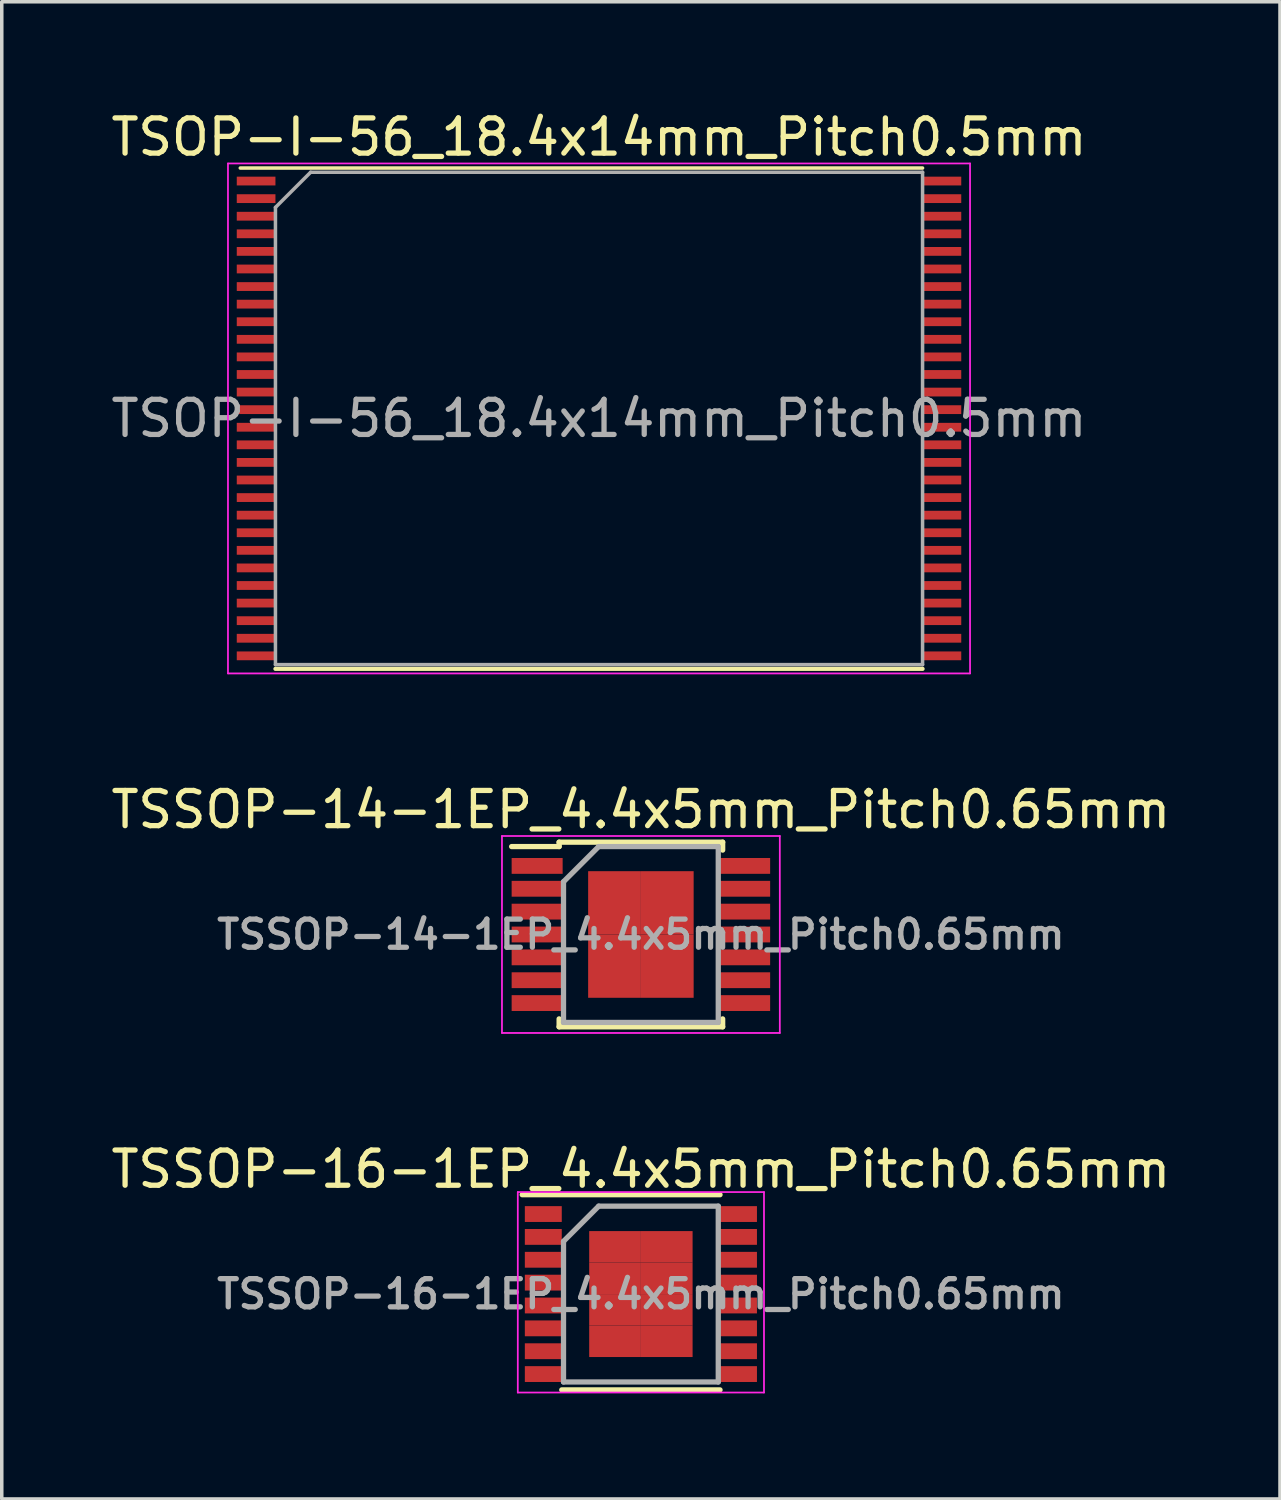
<source format=kicad_pcb>
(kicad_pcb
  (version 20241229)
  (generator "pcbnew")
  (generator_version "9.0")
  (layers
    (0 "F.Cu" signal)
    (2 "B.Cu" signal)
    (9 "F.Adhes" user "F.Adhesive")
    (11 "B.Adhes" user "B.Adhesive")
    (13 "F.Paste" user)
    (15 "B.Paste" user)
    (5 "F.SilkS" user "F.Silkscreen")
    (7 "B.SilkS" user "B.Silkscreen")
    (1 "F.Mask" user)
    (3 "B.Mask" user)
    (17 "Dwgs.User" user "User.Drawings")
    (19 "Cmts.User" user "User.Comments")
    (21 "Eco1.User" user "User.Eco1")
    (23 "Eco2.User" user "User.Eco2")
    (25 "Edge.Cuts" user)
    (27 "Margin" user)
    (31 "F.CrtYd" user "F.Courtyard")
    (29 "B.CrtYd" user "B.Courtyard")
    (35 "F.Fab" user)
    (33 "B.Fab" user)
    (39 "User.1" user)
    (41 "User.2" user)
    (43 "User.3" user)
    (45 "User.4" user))
  (footprint "TSSOP-14-1EP_4.4x5mm_Pitch0.65mm"
    (layer "F.Cu")
    (at 15.173 23.521)
    (property "Reference" "TSSOP-14-1EP_4.4x5mm_Pitch0.65mm" (at 0 -3.55 0) (layer "F.SilkS") (effects (font (size 1 1) (thickness 0.15))))
    (attr smd)
    (fp_line (start -2.325 -2.625) (end -2.325 -2.5) (stroke (width 0.15) (type solid)) (layer "F.SilkS"))
    (fp_line (start -2.325 -2.625) (end 2.325 -2.625) (stroke (width 0.15) (type solid)) (layer "F.SilkS"))
    (fp_line (start -2.325 -2.5) (end -3.675 -2.5) (stroke (width 0.15) (type solid)) (layer "F.SilkS"))
    (fp_line (start -2.325 2.625) (end -2.325 2.4) (stroke (width 0.15) (type solid)) (layer "F.SilkS"))
    (fp_line (start -2.325 2.625) (end 2.325 2.625) (stroke (width 0.15) (type solid)) (layer "F.SilkS"))
    (fp_line (start 2.325 -2.625) (end 2.325 -2.4) (stroke (width 0.15) (type solid)) (layer "F.SilkS"))
    (fp_line (start 2.325 2.625) (end 2.325 2.4) (stroke (width 0.15) (type solid)) (layer "F.SilkS"))
    (fp_line (start -3.95 -2.8) (end -3.95 2.8) (stroke (width 0.05) (type solid)) (layer "F.CrtYd"))
    (fp_line (start -3.95 -2.8) (end 3.95 -2.8) (stroke (width 0.05) (type solid)) (layer "F.CrtYd"))
    (fp_line (start -3.95 2.8) (end 3.95 2.8) (stroke (width 0.05) (type solid)) (layer "F.CrtYd"))
    (fp_line (start 3.95 -2.8) (end 3.95 2.8) (stroke (width 0.05) (type solid)) (layer "F.CrtYd"))
    (fp_line (start -2.2 -1.5) (end -1.2 -2.5) (stroke (width 0.15) (type solid)) (layer "F.Fab"))
    (fp_line (start -2.2 2.5) (end -2.2 -1.5) (stroke (width 0.15) (type solid)) (layer "F.Fab"))
    (fp_line (start -1.2 -2.5) (end 2.2 -2.5) (stroke (width 0.15) (type solid)) (layer "F.Fab"))
    (fp_line (start 2.2 -2.5) (end 2.2 2.5) (stroke (width 0.15) (type solid)) (layer "F.Fab"))
    (fp_line (start 2.2 2.5) (end -2.2 2.5) (stroke (width 0.15) (type solid)) (layer "F.Fab"))
    (fp_text user "${REFERENCE}" (at 0 0 0) (layer "F.Fab") (effects (font (size 0.8 0.8) (thickness 0.15))))
    (pad "1" smd rect (at -2.95 -1.95) (size 1.45 0.45) (layers "F.Cu" "F.Mask" "F.Paste"))
    (pad "2" smd rect (at -2.95 -1.3) (size 1.45 0.45) (layers "F.Cu" "F.Mask" "F.Paste"))
    (pad "3" smd rect (at -2.95 -0.65) (size 1.45 0.45) (layers "F.Cu" "F.Mask" "F.Paste"))
    (pad "4" smd rect (at -2.95 0) (size 1.45 0.45) (layers "F.Cu" "F.Mask" "F.Paste"))
    (pad "5" smd rect (at -2.95 0.65) (size 1.45 0.45) (layers "F.Cu" "F.Mask" "F.Paste"))
    (pad "6" smd rect (at -2.95 1.3) (size 1.45 0.45) (layers "F.Cu" "F.Mask" "F.Paste"))
    (pad "7" smd rect (at -2.95 1.95) (size 1.45 0.45) (layers "F.Cu" "F.Mask" "F.Paste"))
    (pad "8" smd rect (at 2.95 1.95) (size 1.45 0.45) (layers "F.Cu" "F.Mask" "F.Paste"))
    (pad "9" smd rect (at 2.95 1.3) (size 1.45 0.45) (layers "F.Cu" "F.Mask" "F.Paste"))
    (pad "10" smd rect (at 2.95 0.65) (size 1.45 0.45) (layers "F.Cu" "F.Mask" "F.Paste"))
    (pad "11" smd rect (at 2.95 0) (size 1.45 0.45) (layers "F.Cu" "F.Mask" "F.Paste"))
    (pad "12" smd rect (at 2.95 -0.65) (size 1.45 0.45) (layers "F.Cu" "F.Mask" "F.Paste"))
    (pad "13" smd rect (at 2.95 -1.3) (size 1.45 0.45) (layers "F.Cu" "F.Mask" "F.Paste"))
    (pad "14" smd rect (at 2.95 -1.95) (size 1.45 0.45) (layers "F.Cu" "F.Mask" "F.Paste"))
    (pad "15" smd rect (at -0.75 -0.9) (size 1.5 1.8) (layers "F.Cu" "F.Mask" "F.Paste"))
    (pad "15" smd rect (at -0.75 0.9) (size 1.5 1.8) (layers "F.Cu" "F.Mask" "F.Paste"))
    (pad "15" smd rect (at 0.75 -0.9) (size 1.5 1.8) (layers "F.Cu" "F.Mask" "F.Paste"))
    (pad "15" smd rect (at 0.75 0.9) (size 1.5 1.8) (layers "F.Cu" "F.Mask" "F.Paste")))
  (footprint "TSOP-I-56_18.4x14mm_Pitch0.5mm"
    (layer "F.Cu")
    (at 13.982 8.848)
    (property "Reference" "TSOP-I-56_18.4x14mm_Pitch0.5mm" (at 0 -8 0) (layer "F.SilkS") (effects (font (size 1 1) (thickness 0.15))))
    (attr smd)
    (fp_line (start -9.2 7.12) (end 9.2 7.12) (stroke (width 0.12) (type solid)) (layer "F.SilkS"))
    (fp_line (start 9.2 -7.12) (end -10.2 -7.12) (stroke (width 0.1) (type solid)) (layer "F.SilkS"))
    (fp_line (start -10.55 -7.25) (end 10.55 -7.25) (stroke (width 0.05) (type solid)) (layer "F.CrtYd"))
    (fp_line (start -10.55 7.25) (end -10.55 -7.25) (stroke (width 0.05) (type solid)) (layer "F.CrtYd"))
    (fp_line (start 10.55 -7.25) (end 10.55 7.25) (stroke (width 0.05) (type solid)) (layer "F.CrtYd"))
    (fp_line (start 10.55 7.25) (end -10.55 7.25) (stroke (width 0.05) (type solid)) (layer "F.CrtYd"))
    (fp_line (start -9.2 7) (end -9.2 -6) (stroke (width 0.1) (type solid)) (layer "F.Fab"))
    (fp_line (start -8.2 -7) (end -9.2 -6) (stroke (width 0.1) (type solid)) (layer "F.Fab"))
    (fp_line (start -8.2 -7) (end 9.2 -7) (stroke (width 0.1) (type solid)) (layer "F.Fab"))
    (fp_line (start 9.2 -7) (end 9.2 7) (stroke (width 0.1) (type solid)) (layer "F.Fab"))
    (fp_line (start 9.2 7) (end -9.2 7) (stroke (width 0.1) (type solid)) (layer "F.Fab"))
    (fp_text user "${REFERENCE}" (at 0 0 0) (layer "F.Fab") (effects (font (size 1 1) (thickness 0.15))))
    (pad "1" smd rect (at -9.75 -6.75) (size 1.1 0.25) (layers "F.Cu" "F.Mask" "F.Paste"))
    (pad "2" smd rect (at -9.75 -6.25) (size 1.1 0.25) (layers "F.Cu" "F.Mask" "F.Paste"))
    (pad "3" smd rect (at -9.75 -5.75) (size 1.1 0.25) (layers "F.Cu" "F.Mask" "F.Paste"))
    (pad "4" smd rect (at -9.75 -5.25) (size 1.1 0.25) (layers "F.Cu" "F.Mask" "F.Paste"))
    (pad "5" smd rect (at -9.75 -4.75) (size 1.1 0.25) (layers "F.Cu" "F.Mask" "F.Paste"))
    (pad "6" smd rect (at -9.75 -4.25) (size 1.1 0.25) (layers "F.Cu" "F.Mask" "F.Paste"))
    (pad "7" smd rect (at -9.75 -3.75) (size 1.1 0.25) (layers "F.Cu" "F.Mask" "F.Paste"))
    (pad "8" smd rect (at -9.75 -3.25) (size 1.1 0.25) (layers "F.Cu" "F.Mask" "F.Paste"))
    (pad "9" smd rect (at -9.75 -2.75) (size 1.1 0.25) (layers "F.Cu" "F.Mask" "F.Paste"))
    (pad "10" smd rect (at -9.75 -2.25) (size 1.1 0.25) (layers "F.Cu" "F.Mask" "F.Paste"))
    (pad "11" smd rect (at -9.75 -1.75) (size 1.1 0.25) (layers "F.Cu" "F.Mask" "F.Paste"))
    (pad "12" smd rect (at -9.75 -1.25) (size 1.1 0.25) (layers "F.Cu" "F.Mask" "F.Paste"))
    (pad "13" smd rect (at -9.75 -0.75) (size 1.1 0.25) (layers "F.Cu" "F.Mask" "F.Paste"))
    (pad "14" smd rect (at -9.75 -0.25) (size 1.1 0.25) (layers "F.Cu" "F.Mask" "F.Paste"))
    (pad "15" smd rect (at -9.75 0.25) (size 1.1 0.25) (layers "F.Cu" "F.Mask" "F.Paste"))
    (pad "16" smd rect (at -9.75 0.75) (size 1.1 0.25) (layers "F.Cu" "F.Mask" "F.Paste"))
    (pad "17" smd rect (at -9.75 1.25) (size 1.1 0.25) (layers "F.Cu" "F.Mask" "F.Paste"))
    (pad "18" smd rect (at -9.75 1.75) (size 1.1 0.25) (layers "F.Cu" "F.Mask" "F.Paste"))
    (pad "19" smd rect (at -9.75 2.25) (size 1.1 0.25) (layers "F.Cu" "F.Mask" "F.Paste"))
    (pad "20" smd rect (at -9.75 2.75) (size 1.1 0.25) (layers "F.Cu" "F.Mask" "F.Paste"))
    (pad "21" smd rect (at -9.75 3.25) (size 1.1 0.25) (layers "F.Cu" "F.Mask" "F.Paste"))
    (pad "22" smd rect (at -9.75 3.75) (size 1.1 0.25) (layers "F.Cu" "F.Mask" "F.Paste"))
    (pad "23" smd rect (at -9.75 4.25) (size 1.1 0.25) (layers "F.Cu" "F.Mask" "F.Paste"))
    (pad "24" smd rect (at -9.75 4.75) (size 1.1 0.25) (layers "F.Cu" "F.Mask" "F.Paste"))
    (pad "25" smd rect (at -9.75 5.25) (size 1.1 0.25) (layers "F.Cu" "F.Mask" "F.Paste"))
    (pad "26" smd rect (at -9.75 5.75) (size 1.1 0.25) (layers "F.Cu" "F.Mask" "F.Paste"))
    (pad "27" smd rect (at -9.75 6.25) (size 1.1 0.25) (layers "F.Cu" "F.Mask" "F.Paste"))
    (pad "28" smd rect (at -9.75 6.75) (size 1.1 0.25) (layers "F.Cu" "F.Mask" "F.Paste"))
    (pad "29" smd rect (at 9.75 6.75) (size 1.1 0.25) (layers "F.Cu" "F.Mask" "F.Paste"))
    (pad "30" smd rect (at 9.75 6.25) (size 1.1 0.25) (layers "F.Cu" "F.Mask" "F.Paste"))
    (pad "31" smd rect (at 9.75 5.75) (size 1.1 0.25) (layers "F.Cu" "F.Mask" "F.Paste"))
    (pad "32" smd rect (at 9.75 5.25) (size 1.1 0.25) (layers "F.Cu" "F.Mask" "F.Paste"))
    (pad "33" smd rect (at 9.75 4.75) (size 1.1 0.25) (layers "F.Cu" "F.Mask" "F.Paste"))
    (pad "34" smd rect (at 9.75 4.25) (size 1.1 0.25) (layers "F.Cu" "F.Mask" "F.Paste"))
    (pad "35" smd rect (at 9.75 3.75) (size 1.1 0.25) (layers "F.Cu" "F.Mask" "F.Paste"))
    (pad "36" smd rect (at 9.75 3.25) (size 1.1 0.25) (layers "F.Cu" "F.Mask" "F.Paste"))
    (pad "37" smd rect (at 9.75 2.75) (size 1.1 0.25) (layers "F.Cu" "F.Mask" "F.Paste"))
    (pad "38" smd rect (at 9.75 2.25) (size 1.1 0.25) (layers "F.Cu" "F.Mask" "F.Paste"))
    (pad "39" smd rect (at 9.75 1.75) (size 1.1 0.25) (layers "F.Cu" "F.Mask" "F.Paste"))
    (pad "40" smd rect (at 9.75 1.25) (size 1.1 0.25) (layers "F.Cu" "F.Mask" "F.Paste"))
    (pad "41" smd rect (at 9.75 0.75) (size 1.1 0.25) (layers "F.Cu" "F.Mask" "F.Paste"))
    (pad "42" smd rect (at 9.75 0.25) (size 1.1 0.25) (layers "F.Cu" "F.Mask" "F.Paste"))
    (pad "43" smd rect (at 9.75 -0.25) (size 1.1 0.25) (layers "F.Cu" "F.Mask" "F.Paste"))
    (pad "44" smd rect (at 9.75 -0.75) (size 1.1 0.25) (layers "F.Cu" "F.Mask" "F.Paste"))
    (pad "45" smd rect (at 9.75 -1.25) (size 1.1 0.25) (layers "F.Cu" "F.Mask" "F.Paste"))
    (pad "46" smd rect (at 9.75 -1.75) (size 1.1 0.25) (layers "F.Cu" "F.Mask" "F.Paste"))
    (pad "47" smd rect (at 9.75 -2.25) (size 1.1 0.25) (layers "F.Cu" "F.Mask" "F.Paste"))
    (pad "48" smd rect (at 9.75 -2.75) (size 1.1 0.25) (layers "F.Cu" "F.Mask" "F.Paste"))
    (pad "49" smd rect (at 9.75 -3.25) (size 1.1 0.25) (layers "F.Cu" "F.Mask" "F.Paste"))
    (pad "50" smd rect (at 9.75 -3.75) (size 1.1 0.25) (layers "F.Cu" "F.Mask" "F.Paste"))
    (pad "51" smd rect (at 9.75 -4.25) (size 1.1 0.25) (layers "F.Cu" "F.Mask" "F.Paste"))
    (pad "52" smd rect (at 9.75 -4.75) (size 1.1 0.25) (layers "F.Cu" "F.Mask" "F.Paste"))
    (pad "53" smd rect (at 9.75 -5.25) (size 1.1 0.25) (layers "F.Cu" "F.Mask" "F.Paste"))
    (pad "54" smd rect (at 9.75 -5.75) (size 1.1 0.25) (layers "F.Cu" "F.Mask" "F.Paste"))
    (pad "55" smd rect (at 9.75 -6.25) (size 1.1 0.25) (layers "F.Cu" "F.Mask" "F.Paste"))
    (pad "56" smd rect (at 9.75 -6.75) (size 1.1 0.25) (layers "F.Cu" "F.Mask" "F.Paste")))
  (footprint "TSSOP-16-1EP_4.4x5mm_Pitch0.65mm"
    (layer "F.Cu")
    (at 15.173 33.745)
    (property "Reference" "TSSOP-16-1EP_4.4x5mm_Pitch0.65mm" (at 0 -3.55 0) (layer "F.SilkS") (effects (font (size 1 1) (thickness 0.15))))
    (attr smd)
    (fp_line (start -3.375 -2.825) (end 2.25 -2.825) (stroke (width 0.15) (type solid)) (layer "F.SilkS"))
    (fp_line (start -2.25 2.725) (end 2.25 2.725) (stroke (width 0.15) (type solid)) (layer "F.SilkS"))
    (fp_line (start -3.5 -2.9) (end -3.5 2.8) (stroke (width 0.05) (type solid)) (layer "F.CrtYd"))
    (fp_line (start -3.5 -2.9) (end 3.5 -2.9) (stroke (width 0.05) (type solid)) (layer "F.CrtYd"))
    (fp_line (start -3.5 2.8) (end 3.5 2.8) (stroke (width 0.05) (type solid)) (layer "F.CrtYd"))
    (fp_line (start 3.5 -2.9) (end 3.5 2.8) (stroke (width 0.05) (type solid)) (layer "F.CrtYd"))
    (fp_line (start -2.2 -1.5) (end -1.2 -2.5) (stroke (width 0.15) (type solid)) (layer "F.Fab"))
    (fp_line (start -2.2 2.5) (end -2.2 -1.5) (stroke (width 0.15) (type solid)) (layer "F.Fab"))
    (fp_line (start -1.2 -2.5) (end 2.2 -2.5) (stroke (width 0.15) (type solid)) (layer "F.Fab"))
    (fp_line (start 2.2 -2.5) (end 2.2 2.5) (stroke (width 0.15) (type solid)) (layer "F.Fab"))
    (fp_line (start 2.2 2.5) (end -2.2 2.5) (stroke (width 0.15) (type solid)) (layer "F.Fab"))
    (fp_text user "${REFERENCE}" (at 0 0 0) (layer "F.Fab") (effects (font (size 0.8 0.8) (thickness 0.15))))
    (pad "1" smd rect (at -2.775 -2.275) (size 1.05 0.45) (layers "F.Cu" "F.Mask" "F.Paste"))
    (pad "2" smd rect (at -2.775 -1.625) (size 1.05 0.45) (layers "F.Cu" "F.Mask" "F.Paste"))
    (pad "3" smd rect (at -2.775 -0.975) (size 1.05 0.45) (layers "F.Cu" "F.Mask" "F.Paste"))
    (pad "4" smd rect (at -2.775 -0.325) (size 1.05 0.45) (layers "F.Cu" "F.Mask" "F.Paste"))
    (pad "5" smd rect (at -2.775 0.325) (size 1.05 0.45) (layers "F.Cu" "F.Mask" "F.Paste"))
    (pad "6" smd rect (at -2.775 0.975) (size 1.05 0.45) (layers "F.Cu" "F.Mask" "F.Paste"))
    (pad "7" smd rect (at -2.775 1.625) (size 1.05 0.45) (layers "F.Cu" "F.Mask" "F.Paste"))
    (pad "8" smd rect (at -2.775 2.275) (size 1.05 0.45) (layers "F.Cu" "F.Mask" "F.Paste"))
    (pad "9" smd rect (at 2.775 2.275) (size 1.05 0.45) (layers "F.Cu" "F.Mask" "F.Paste"))
    (pad "10" smd rect (at 2.775 1.625) (size 1.05 0.45) (layers "F.Cu" "F.Mask" "F.Paste"))
    (pad "11" smd rect (at 2.775 0.975) (size 1.05 0.45) (layers "F.Cu" "F.Mask" "F.Paste"))
    (pad "12" smd rect (at 2.775 0.325) (size 1.05 0.45) (layers "F.Cu" "F.Mask" "F.Paste"))
    (pad "13" smd rect (at 2.775 -0.325) (size 1.05 0.45) (layers "F.Cu" "F.Mask" "F.Paste"))
    (pad "14" smd rect (at 2.775 -0.975) (size 1.05 0.45) (layers "F.Cu" "F.Mask" "F.Paste"))
    (pad "15" smd rect (at 2.775 -1.625) (size 1.05 0.45) (layers "F.Cu" "F.Mask" "F.Paste"))
    (pad "16" smd rect (at 2.775 -2.275) (size 1.05 0.45) (layers "F.Cu" "F.Mask" "F.Paste"))
    (pad "17" smd rect (at -0.735 -1.343) (size 1.47 0.895) (layers "F.Cu" "F.Mask" "F.Paste"))
    (pad "17" smd rect (at -0.735 -0.448) (size 1.47 0.895) (layers "F.Cu" "F.Mask" "F.Paste"))
    (pad "17" smd rect (at -0.735 0.448) (size 1.47 0.895) (layers "F.Cu" "F.Mask" "F.Paste"))
    (pad "17" smd rect (at -0.735 1.343) (size 1.47 0.895) (layers "F.Cu" "F.Mask" "F.Paste"))
    (pad "17" smd rect (at 0.735 -1.343) (size 1.47 0.895) (layers "F.Cu" "F.Mask" "F.Paste"))
    (pad "17" smd rect (at 0.735 -0.448) (size 1.47 0.895) (layers "F.Cu" "F.Mask" "F.Paste"))
    (pad "17" smd rect (at 0.735 0.448) (size 1.47 0.895) (layers "F.Cu" "F.Mask" "F.Paste"))
    (pad "17" smd rect (at 0.735 1.343) (size 1.47 0.895) (layers "F.Cu" "F.Mask" "F.Paste")))
  (gr_rect
    (start -3 -3)
    (end 33.345 39.57)
    (stroke (width 0.1) (type default))
    (fill no)
    (layer "Edge.Cuts")))
</source>
